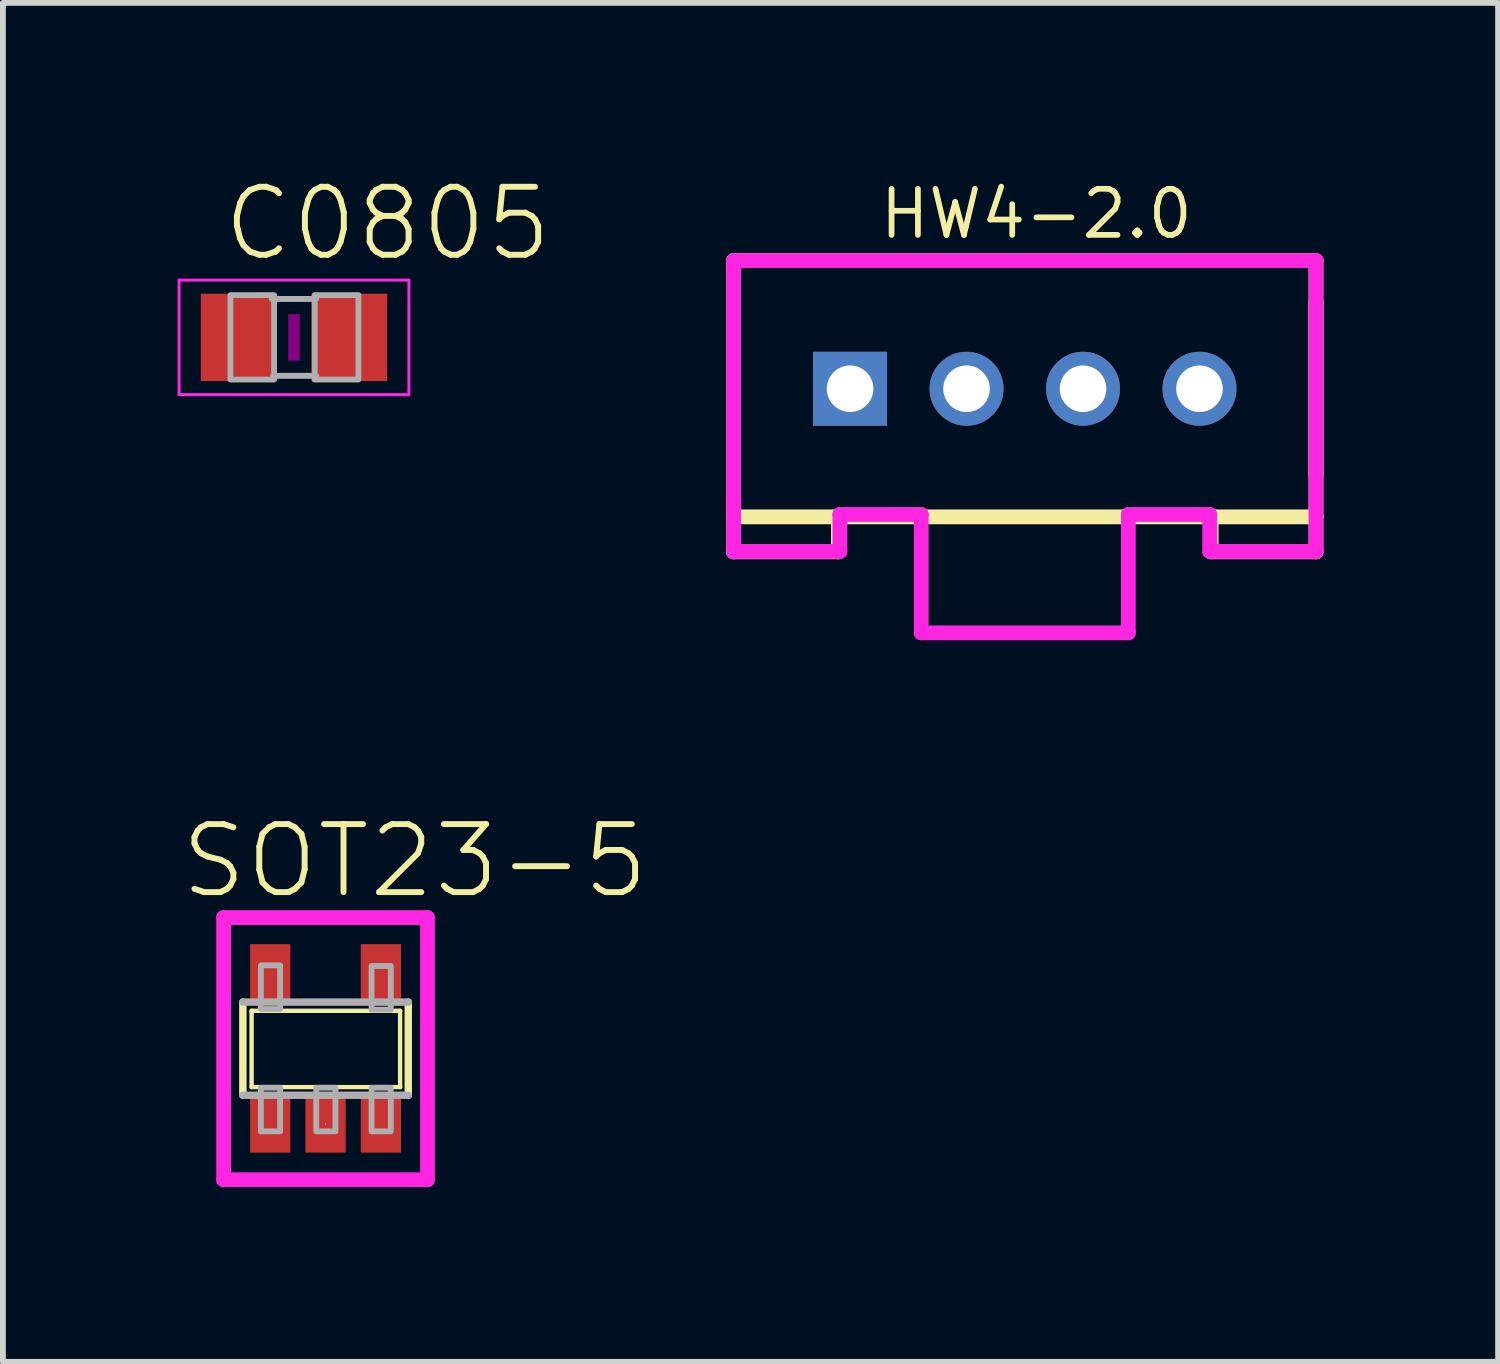
<source format=kicad_pcb>
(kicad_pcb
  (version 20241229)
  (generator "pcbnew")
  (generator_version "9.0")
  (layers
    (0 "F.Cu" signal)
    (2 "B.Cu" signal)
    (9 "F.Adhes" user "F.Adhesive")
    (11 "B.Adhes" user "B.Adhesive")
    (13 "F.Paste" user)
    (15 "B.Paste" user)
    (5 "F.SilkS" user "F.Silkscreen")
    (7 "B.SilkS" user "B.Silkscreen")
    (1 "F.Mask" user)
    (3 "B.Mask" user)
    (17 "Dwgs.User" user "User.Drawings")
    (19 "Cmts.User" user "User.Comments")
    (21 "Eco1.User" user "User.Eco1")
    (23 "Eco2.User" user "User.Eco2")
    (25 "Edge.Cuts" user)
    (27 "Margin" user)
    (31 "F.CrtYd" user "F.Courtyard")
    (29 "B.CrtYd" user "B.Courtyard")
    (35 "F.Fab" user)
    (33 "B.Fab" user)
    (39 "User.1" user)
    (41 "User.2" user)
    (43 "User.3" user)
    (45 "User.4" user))
  (footprint "SOT23-5"
    (layer "F.Cu")
    (at 2.54 14.956)
    (property "Reference" "SOT23-5" (at -2.54 -2.54 0) (layer "F.SilkS") (effects (font (size 1.168 1.168) (thickness 0.102)) (justify left bottom)))
    (fp_line (start -1.42 0.8) (end -1.42 -0.8) (stroke (width 0.127) (type solid)) (layer "F.SilkS"))
    (fp_line (start -1.27 -0.65) (end 1.28 -0.65) (stroke (width 0.075) (type solid)) (layer "F.SilkS"))
    (fp_line (start -1.27 0.66) (end -1.27 -0.65) (stroke (width 0.075) (type solid)) (layer "F.SilkS"))
    (fp_line (start 0 1.29) (end 0 1.3) (stroke (width 0.01) (type solid)) (layer "F.SilkS"))
    (fp_line (start 1.28 -0.65) (end 1.28 0.66) (stroke (width 0.075) (type solid)) (layer "F.SilkS"))
    (fp_line (start 1.28 0.66) (end -1.27 0.66) (stroke (width 0.075) (type solid)) (layer "F.SilkS"))
    (fp_line (start 1.42 -0.8) (end 1.42 0.8) (stroke (width 0.127) (type solid)) (layer "F.SilkS"))
    (fp_line (start -1.75 -2.25) (end 1.75 -2.25) (stroke (width 0.254) (type solid)) (layer "F.CrtYd"))
    (fp_line (start -1.75 2.25) (end -1.75 -2.25) (stroke (width 0.254) (type solid)) (layer "F.CrtYd"))
    (fp_line (start 1.75 -2.25) (end 1.75 2.25) (stroke (width 0.254) (type solid)) (layer "F.CrtYd"))
    (fp_line (start 1.75 2.25) (end -1.75 2.25) (stroke (width 0.254) (type solid)) (layer "F.CrtYd"))
    (fp_line (start -1.42 -0.8) (end 1.42 -0.8) (stroke (width 0.127) (type solid)) (layer "F.Fab"))
    (fp_line (start 1.42 0.8) (end -1.42 0.8) (stroke (width 0.127) (type solid)) (layer "F.Fab"))
    (fp_poly (pts (xy -1.11 -0.68) (xy -0.78 -0.68) (xy -0.78 -1.43) (xy -1.11 -1.43)) (stroke (width 0.1) (type solid)) (fill no) (layer "F.Fab"))
    (fp_poly (pts (xy -1.11 1.42) (xy -0.78 1.42) (xy -0.78 0.67) (xy -1.11 0.67)) (stroke (width 0.1) (type solid)) (fill no) (layer "F.Fab"))
    (fp_poly (pts (xy -0.16 1.42) (xy 0.17 1.42) (xy 0.17 0.67) (xy -0.16 0.67)) (stroke (width 0.1) (type solid)) (fill no) (layer "F.Fab"))
    (fp_poly (pts (xy 0.79 -0.67) (xy 1.12 -0.67) (xy 1.12 -1.42) (xy 0.79 -1.42)) (stroke (width 0.1) (type solid)) (fill no) (layer "F.Fab"))
    (fp_poly (pts (xy 0.79 1.42) (xy 1.12 1.42) (xy 1.12 0.67) (xy 0.79 0.67)) (stroke (width 0.1) (type solid)) (fill no) (layer "F.Fab"))
    (pad "1" smd rect (at -0.95 1.29) (size 0.69 0.99) (layers "F.Cu" "F.Mask" "F.Paste"))
    (pad "2" smd rect (at 0 1.29) (size 0.69 0.99) (layers "F.Cu" "F.Mask" "F.Paste"))
    (pad "3" smd rect (at 0.95 1.29) (size 0.69 0.99) (layers "F.Cu" "F.Mask" "F.Paste"))
    (pad "4" smd rect (at 0.95 -1.3) (size 0.69 0.99) (layers "F.Cu" "F.Mask" "F.Paste"))
    (pad "5" smd rect (at -0.95 -1.3) (size 0.69 0.99) (layers "F.Cu" "F.Mask" "F.Paste")))
  (footprint "HW4-2.0"
    (layer "F.Cu")
    (at 14.546 3.625)
    (property "Reference" "HW4-2.0" (at -2.54 -2.54 0) (layer "F.SilkS") (effects (font (size 0.791 0.791) (thickness 0.098)) (justify left bottom)))
    (fp_line (start -5 -2.2) (end -5 2.2) (stroke (width 0.254) (type solid)) (layer "F.SilkS"))
    (fp_line (start -5 -2.2) (end 5 -2.2) (stroke (width 0.254) (type solid)) (layer "F.SilkS"))
    (fp_line (start -5 -1) (end -5 1) (stroke (width 0.127) (type solid)) (layer "F.SilkS"))
    (fp_line (start -5 2.2) (end -5 2.8) (stroke (width 0.254) (type solid)) (layer "F.SilkS"))
    (fp_line (start -5 2.2) (end -3.2 2.2) (stroke (width 0.254) (type solid)) (layer "F.SilkS"))
    (fp_line (start -5 2.8) (end -3.2 2.8) (stroke (width 0.254) (type solid)) (layer "F.SilkS"))
    (fp_line (start -3.2 2.2) (end 3.2 2.2) (stroke (width 0.254) (type solid)) (layer "F.SilkS"))
    (fp_line (start -3.2 2.8) (end -3.2 2.2) (stroke (width 0.254) (type solid)) (layer "F.SilkS"))
    (fp_line (start 3.2 2.2) (end 3.2 2.8) (stroke (width 0.254) (type solid)) (layer "F.SilkS"))
    (fp_line (start 3.2 2.2) (end 5 2.2) (stroke (width 0.254) (type solid)) (layer "F.SilkS"))
    (fp_line (start 3.2 2.8) (end 5 2.8) (stroke (width 0.254) (type solid)) (layer "F.SilkS"))
    (fp_line (start 5 -1.5) (end 5 1.5) (stroke (width 0.254) (type solid)) (layer "F.SilkS"))
    (fp_line (start 5 2.2) (end 5 -2.2) (stroke (width 0.254) (type solid)) (layer "F.SilkS"))
    (fp_line (start 5 2.8) (end 5 2.2) (stroke (width 0.254) (type solid)) (layer "F.SilkS"))
    (fp_line (start -5 -2.2) (end 5 -2.2) (stroke (width 0.254) (type solid)) (layer "F.CrtYd"))
    (fp_line (start -5 2.8) (end -5 -2.2) (stroke (width 0.254) (type solid)) (layer "F.CrtYd"))
    (fp_line (start -4.953 2.794) (end -3.175 2.794) (stroke (width 0.254) (type solid)) (layer "F.CrtYd"))
    (fp_line (start -3.175 2.159) (end -1.778 2.159) (stroke (width 0.254) (type solid)) (layer "F.CrtYd"))
    (fp_line (start -3.175 2.794) (end -3.175 2.159) (stroke (width 0.254) (type solid)) (layer "F.CrtYd"))
    (fp_line (start -1.778 2.159) (end -1.778 4.191) (stroke (width 0.254) (type solid)) (layer "F.CrtYd"))
    (fp_line (start -1.778 4.191) (end 1.778 4.191) (stroke (width 0.254) (type solid)) (layer "F.CrtYd"))
    (fp_line (start 1.778 2.159) (end 3.175 2.159) (stroke (width 0.254) (type solid)) (layer "F.CrtYd"))
    (fp_line (start 1.778 4.191) (end 1.778 2.159) (stroke (width 0.254) (type solid)) (layer "F.CrtYd"))
    (fp_line (start 3.175 2.159) (end 3.175 2.794) (stroke (width 0.254) (type solid)) (layer "F.CrtYd"))
    (fp_line (start 3.175 2.794) (end 4.953 2.794) (stroke (width 0.254) (type solid)) (layer "F.CrtYd"))
    (fp_line (start 5 -2.2) (end 5 2.8) (stroke (width 0.254) (type solid)) (layer "F.CrtYd"))
    (pad "1" thru_hole rect (at -3 0) (size 1.27 1.27) (drill 0.8) (layers "*.Cu" "*.Mask"))
    (pad "2" thru_hole circle (at -1 0) (size 1.27 1.27) (drill 0.8) (layers "*.Cu" "*.Mask"))
    (pad "3" thru_hole circle (at 1 0) (size 1.27 1.27) (drill 0.8) (layers "*.Cu" "*.Mask"))
    (pad "4" thru_hole circle (at 3 0) (size 1.27 1.27) (drill 0.8) (layers "*.Cu" "*.Mask")))
  (footprint "C0805"
    (layer "F.Cu")
    (at 1.998 2.743)
    (property "Reference" "C0805" (at -1.27 -1.27 0) (layer "F.SilkS") (effects (font (size 1.168 1.168) (thickness 0.102)) (justify left bottom)))
    (fp_poly (pts (xy -0.1 0.4) (xy 0.1 0.4) (xy 0.1 -0.4) (xy -0.1 -0.4)) (stroke (width 0) (type solid)) (fill yes) (layer "F.Adhes"))
    (fp_line (start -1.973 -0.983) (end 1.973 -0.983) (stroke (width 0.051) (type solid)) (layer "F.CrtYd"))
    (fp_line (start -1.973 0.983) (end -1.973 -0.983) (stroke (width 0.051) (type solid)) (layer "F.CrtYd"))
    (fp_line (start 1.973 -0.983) (end 1.973 0.983) (stroke (width 0.051) (type solid)) (layer "F.CrtYd"))
    (fp_line (start 1.973 0.983) (end -1.973 0.983) (stroke (width 0.051) (type solid)) (layer "F.CrtYd"))
    (fp_line (start -0.381 -0.66) (end 0.381 -0.66) (stroke (width 0.102) (type solid)) (layer "F.Fab"))
    (fp_line (start -0.356 0.66) (end 0.381 0.66) (stroke (width 0.102) (type solid)) (layer "F.Fab"))
    (fp_poly (pts (xy -1.092 0.724) (xy -0.342 0.724) (xy -0.342 -0.726) (xy -1.092 -0.726)) (stroke (width 0.1) (type solid)) (fill no) (layer "F.Fab"))
    (fp_poly (pts (xy 0.356 0.724) (xy 1.106 0.724) (xy 1.106 -0.726) (xy 0.356 -0.726)) (stroke (width 0.1) (type solid)) (fill no) (layer "F.Fab"))
    (pad "1" smd rect (at -0.95 0) (size 1.3 1.5) (layers "F.Cu" "F.Mask" "F.Paste"))
    (pad "2" smd rect (at 0.95 0) (size 1.3 1.5) (layers "F.Cu" "F.Mask" "F.Paste")))
  (gr_rect
    (start -3 -3)
    (end 22.673 20.333)
    (stroke (width 0.1) (type default))
    (fill no)
    (layer "Edge.Cuts")))
</source>
